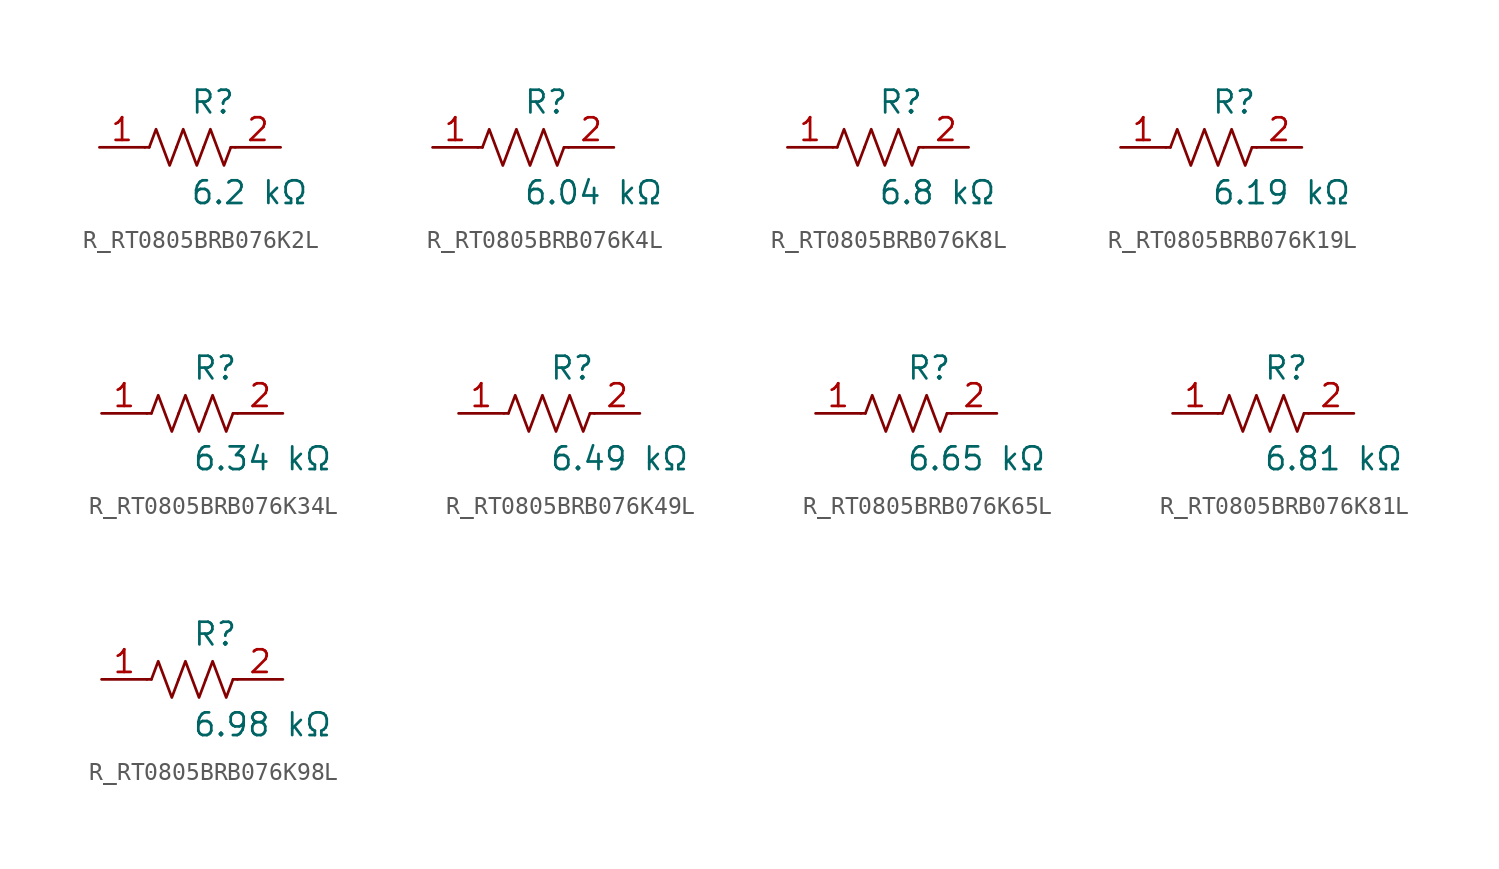
<source format=kicad_sym>
(kicad_symbol_lib
  (version 20231120)
  (generator kicad_symbol_editor)
  (generator_version 8.0)
  (symbol "R_RT0805BRB076K2L"
    (pin_names
      (offset 0.254))
    (property "Reference" "R"
      (at 0.0 2.54 0)
      (effects (font (size 1.27 1.27)) (justify left)))
    (property "Value" "6.2 kΩ"
      (at 0.0 -2.54 0)
      (effects (font (size 1.27 1.27)) (justify left)))
    (symbol "R_RT0805BRB076K2L_0_1"
      (polyline (pts (xy 2.286 0) (xy 2.54 0)) (stroke (width 0) (type default)) (fill (type none)))
      (polyline (pts (xy -2.286 0) (xy -2.54 0)) (stroke (width 0) (type default)) (fill (type none)))
      (polyline (pts (xy 0.762 0) (xy 1.143 1.016) (xy 1.524 0) (xy 1.905 -1.016) (xy 2.286 0)) (stroke (width 0) (type default)) (fill (type none)))
      (polyline (pts (xy -0.762 0) (xy -0.381 1.016) (xy 0 0) (xy 0.381 -1.016) (xy 0.762 0)) (stroke (width 0) (type default)) (fill (type none)))
      (polyline (pts (xy -2.286 0) (xy -1.905 1.016) (xy -1.524 0) (xy -1.143 -1.016) (xy -0.762 0)) (stroke (width 0) (type default)) (fill (type none))))
    (pin unspecified line
      (at -5.08 0 0)
      (length 2.54)
      (name "" (effects (font (size 1.27 1.27))))
      (number "1" (effects (font (size 1.27 1.27)))))
    (pin unspecified line
      (at 5.08 0 180)
      (length 2.54)
      (name "" (effects (font (size 1.27 1.27))))
      (number "2" (effects (font (size 1.27 1.27))))))
  (symbol "R_RT0805BRB076K4L"
    (pin_names
      (offset 0.254))
    (property "Reference" "R"
      (at 0.0 2.54 0)
      (effects (font (size 1.27 1.27)) (justify left)))
    (property "Value" "6.04 kΩ"
      (at 0.0 -2.54 0)
      (effects (font (size 1.27 1.27)) (justify left)))
    (symbol "R_RT0805BRB076K4L_0_1"
      (polyline (pts (xy 2.286 0) (xy 2.54 0)) (stroke (width 0) (type default)) (fill (type none)))
      (polyline (pts (xy -2.286 0) (xy -2.54 0)) (stroke (width 0) (type default)) (fill (type none)))
      (polyline (pts (xy 0.762 0) (xy 1.143 1.016) (xy 1.524 0) (xy 1.905 -1.016) (xy 2.286 0)) (stroke (width 0) (type default)) (fill (type none)))
      (polyline (pts (xy -0.762 0) (xy -0.381 1.016) (xy 0 0) (xy 0.381 -1.016) (xy 0.762 0)) (stroke (width 0) (type default)) (fill (type none)))
      (polyline (pts (xy -2.286 0) (xy -1.905 1.016) (xy -1.524 0) (xy -1.143 -1.016) (xy -0.762 0)) (stroke (width 0) (type default)) (fill (type none))))
    (pin unspecified line
      (at -5.08 0 0)
      (length 2.54)
      (name "" (effects (font (size 1.27 1.27))))
      (number "1" (effects (font (size 1.27 1.27)))))
    (pin unspecified line
      (at 5.08 0 180)
      (length 2.54)
      (name "" (effects (font (size 1.27 1.27))))
      (number "2" (effects (font (size 1.27 1.27))))))
  (symbol "R_RT0805BRB076K8L"
    (pin_names
      (offset 0.254))
    (property "Reference" "R"
      (at 0.0 2.54 0)
      (effects (font (size 1.27 1.27)) (justify left)))
    (property "Value" "6.8 kΩ"
      (at 0.0 -2.54 0)
      (effects (font (size 1.27 1.27)) (justify left)))
    (symbol "R_RT0805BRB076K8L_0_1"
      (polyline (pts (xy 2.286 0) (xy 2.54 0)) (stroke (width 0) (type default)) (fill (type none)))
      (polyline (pts (xy -2.286 0) (xy -2.54 0)) (stroke (width 0) (type default)) (fill (type none)))
      (polyline (pts (xy 0.762 0) (xy 1.143 1.016) (xy 1.524 0) (xy 1.905 -1.016) (xy 2.286 0)) (stroke (width 0) (type default)) (fill (type none)))
      (polyline (pts (xy -0.762 0) (xy -0.381 1.016) (xy 0 0) (xy 0.381 -1.016) (xy 0.762 0)) (stroke (width 0) (type default)) (fill (type none)))
      (polyline (pts (xy -2.286 0) (xy -1.905 1.016) (xy -1.524 0) (xy -1.143 -1.016) (xy -0.762 0)) (stroke (width 0) (type default)) (fill (type none))))
    (pin unspecified line
      (at -5.08 0 0)
      (length 2.54)
      (name "" (effects (font (size 1.27 1.27))))
      (number "1" (effects (font (size 1.27 1.27)))))
    (pin unspecified line
      (at 5.08 0 180)
      (length 2.54)
      (name "" (effects (font (size 1.27 1.27))))
      (number "2" (effects (font (size 1.27 1.27))))))
  (symbol "R_RT0805BRB076K19L"
    (pin_names
      (offset 0.254))
    (property "Reference" "R"
      (at 0.0 2.54 0)
      (effects (font (size 1.27 1.27)) (justify left)))
    (property "Value" "6.19 kΩ"
      (at 0.0 -2.54 0)
      (effects (font (size 1.27 1.27)) (justify left)))
    (symbol "R_RT0805BRB076K19L_0_1"
      (polyline (pts (xy 2.286 0) (xy 2.54 0)) (stroke (width 0) (type default)) (fill (type none)))
      (polyline (pts (xy -2.286 0) (xy -2.54 0)) (stroke (width 0) (type default)) (fill (type none)))
      (polyline (pts (xy 0.762 0) (xy 1.143 1.016) (xy 1.524 0) (xy 1.905 -1.016) (xy 2.286 0)) (stroke (width 0) (type default)) (fill (type none)))
      (polyline (pts (xy -0.762 0) (xy -0.381 1.016) (xy 0 0) (xy 0.381 -1.016) (xy 0.762 0)) (stroke (width 0) (type default)) (fill (type none)))
      (polyline (pts (xy -2.286 0) (xy -1.905 1.016) (xy -1.524 0) (xy -1.143 -1.016) (xy -0.762 0)) (stroke (width 0) (type default)) (fill (type none))))
    (pin unspecified line
      (at -5.08 0 0)
      (length 2.54)
      (name "" (effects (font (size 1.27 1.27))))
      (number "1" (effects (font (size 1.27 1.27)))))
    (pin unspecified line
      (at 5.08 0 180)
      (length 2.54)
      (name "" (effects (font (size 1.27 1.27))))
      (number "2" (effects (font (size 1.27 1.27))))))
  (symbol "R_RT0805BRB076K34L"
    (pin_names
      (offset 0.254))
    (property "Reference" "R"
      (at 0.0 2.54 0)
      (effects (font (size 1.27 1.27)) (justify left)))
    (property "Value" "6.34 kΩ"
      (at 0.0 -2.54 0)
      (effects (font (size 1.27 1.27)) (justify left)))
    (symbol "R_RT0805BRB076K34L_0_1"
      (polyline (pts (xy 2.286 0) (xy 2.54 0)) (stroke (width 0) (type default)) (fill (type none)))
      (polyline (pts (xy -2.286 0) (xy -2.54 0)) (stroke (width 0) (type default)) (fill (type none)))
      (polyline (pts (xy 0.762 0) (xy 1.143 1.016) (xy 1.524 0) (xy 1.905 -1.016) (xy 2.286 0)) (stroke (width 0) (type default)) (fill (type none)))
      (polyline (pts (xy -0.762 0) (xy -0.381 1.016) (xy 0 0) (xy 0.381 -1.016) (xy 0.762 0)) (stroke (width 0) (type default)) (fill (type none)))
      (polyline (pts (xy -2.286 0) (xy -1.905 1.016) (xy -1.524 0) (xy -1.143 -1.016) (xy -0.762 0)) (stroke (width 0) (type default)) (fill (type none))))
    (pin unspecified line
      (at -5.08 0 0)
      (length 2.54)
      (name "" (effects (font (size 1.27 1.27))))
      (number "1" (effects (font (size 1.27 1.27)))))
    (pin unspecified line
      (at 5.08 0 180)
      (length 2.54)
      (name "" (effects (font (size 1.27 1.27))))
      (number "2" (effects (font (size 1.27 1.27))))))
  (symbol "R_RT0805BRB076K49L"
    (pin_names
      (offset 0.254))
    (property "Reference" "R"
      (at 0.0 2.54 0)
      (effects (font (size 1.27 1.27)) (justify left)))
    (property "Value" "6.49 kΩ"
      (at 0.0 -2.54 0)
      (effects (font (size 1.27 1.27)) (justify left)))
    (symbol "R_RT0805BRB076K49L_0_1"
      (polyline (pts (xy 2.286 0) (xy 2.54 0)) (stroke (width 0) (type default)) (fill (type none)))
      (polyline (pts (xy -2.286 0) (xy -2.54 0)) (stroke (width 0) (type default)) (fill (type none)))
      (polyline (pts (xy 0.762 0) (xy 1.143 1.016) (xy 1.524 0) (xy 1.905 -1.016) (xy 2.286 0)) (stroke (width 0) (type default)) (fill (type none)))
      (polyline (pts (xy -0.762 0) (xy -0.381 1.016) (xy 0 0) (xy 0.381 -1.016) (xy 0.762 0)) (stroke (width 0) (type default)) (fill (type none)))
      (polyline (pts (xy -2.286 0) (xy -1.905 1.016) (xy -1.524 0) (xy -1.143 -1.016) (xy -0.762 0)) (stroke (width 0) (type default)) (fill (type none))))
    (pin unspecified line
      (at -5.08 0 0)
      (length 2.54)
      (name "" (effects (font (size 1.27 1.27))))
      (number "1" (effects (font (size 1.27 1.27)))))
    (pin unspecified line
      (at 5.08 0 180)
      (length 2.54)
      (name "" (effects (font (size 1.27 1.27))))
      (number "2" (effects (font (size 1.27 1.27))))))
  (symbol "R_RT0805BRB076K65L"
    (pin_names
      (offset 0.254))
    (property "Reference" "R"
      (at 0.0 2.54 0)
      (effects (font (size 1.27 1.27)) (justify left)))
    (property "Value" "6.65 kΩ"
      (at 0.0 -2.54 0)
      (effects (font (size 1.27 1.27)) (justify left)))
    (symbol "R_RT0805BRB076K65L_0_1"
      (polyline (pts (xy 2.286 0) (xy 2.54 0)) (stroke (width 0) (type default)) (fill (type none)))
      (polyline (pts (xy -2.286 0) (xy -2.54 0)) (stroke (width 0) (type default)) (fill (type none)))
      (polyline (pts (xy 0.762 0) (xy 1.143 1.016) (xy 1.524 0) (xy 1.905 -1.016) (xy 2.286 0)) (stroke (width 0) (type default)) (fill (type none)))
      (polyline (pts (xy -0.762 0) (xy -0.381 1.016) (xy 0 0) (xy 0.381 -1.016) (xy 0.762 0)) (stroke (width 0) (type default)) (fill (type none)))
      (polyline (pts (xy -2.286 0) (xy -1.905 1.016) (xy -1.524 0) (xy -1.143 -1.016) (xy -0.762 0)) (stroke (width 0) (type default)) (fill (type none))))
    (pin unspecified line
      (at -5.08 0 0)
      (length 2.54)
      (name "" (effects (font (size 1.27 1.27))))
      (number "1" (effects (font (size 1.27 1.27)))))
    (pin unspecified line
      (at 5.08 0 180)
      (length 2.54)
      (name "" (effects (font (size 1.27 1.27))))
      (number "2" (effects (font (size 1.27 1.27))))))
  (symbol "R_RT0805BRB076K81L"
    (pin_names
      (offset 0.254))
    (property "Reference" "R"
      (at 0.0 2.54 0)
      (effects (font (size 1.27 1.27)) (justify left)))
    (property "Value" "6.81 kΩ"
      (at 0.0 -2.54 0)
      (effects (font (size 1.27 1.27)) (justify left)))
    (symbol "R_RT0805BRB076K81L_0_1"
      (polyline (pts (xy 2.286 0) (xy 2.54 0)) (stroke (width 0) (type default)) (fill (type none)))
      (polyline (pts (xy -2.286 0) (xy -2.54 0)) (stroke (width 0) (type default)) (fill (type none)))
      (polyline (pts (xy 0.762 0) (xy 1.143 1.016) (xy 1.524 0) (xy 1.905 -1.016) (xy 2.286 0)) (stroke (width 0) (type default)) (fill (type none)))
      (polyline (pts (xy -0.762 0) (xy -0.381 1.016) (xy 0 0) (xy 0.381 -1.016) (xy 0.762 0)) (stroke (width 0) (type default)) (fill (type none)))
      (polyline (pts (xy -2.286 0) (xy -1.905 1.016) (xy -1.524 0) (xy -1.143 -1.016) (xy -0.762 0)) (stroke (width 0) (type default)) (fill (type none))))
    (pin unspecified line
      (at -5.08 0 0)
      (length 2.54)
      (name "" (effects (font (size 1.27 1.27))))
      (number "1" (effects (font (size 1.27 1.27)))))
    (pin unspecified line
      (at 5.08 0 180)
      (length 2.54)
      (name "" (effects (font (size 1.27 1.27))))
      (number "2" (effects (font (size 1.27 1.27))))))
  (symbol "R_RT0805BRB076K98L"
    (pin_names
      (offset 0.254))
    (property "Reference" "R"
      (at 0.0 2.54 0)
      (effects (font (size 1.27 1.27)) (justify left)))
    (property "Value" "6.98 kΩ"
      (at 0.0 -2.54 0)
      (effects (font (size 1.27 1.27)) (justify left)))
    (symbol "R_RT0805BRB076K98L_0_1"
      (polyline (pts (xy 2.286 0) (xy 2.54 0)) (stroke (width 0) (type default)) (fill (type none)))
      (polyline (pts (xy -2.286 0) (xy -2.54 0)) (stroke (width 0) (type default)) (fill (type none)))
      (polyline (pts (xy 0.762 0) (xy 1.143 1.016) (xy 1.524 0) (xy 1.905 -1.016) (xy 2.286 0)) (stroke (width 0) (type default)) (fill (type none)))
      (polyline (pts (xy -0.762 0) (xy -0.381 1.016) (xy 0 0) (xy 0.381 -1.016) (xy 0.762 0)) (stroke (width 0) (type default)) (fill (type none)))
      (polyline (pts (xy -2.286 0) (xy -1.905 1.016) (xy -1.524 0) (xy -1.143 -1.016) (xy -0.762 0)) (stroke (width 0) (type default)) (fill (type none))))
    (pin unspecified line
      (at -5.08 0 0)
      (length 2.54)
      (name "" (effects (font (size 1.27 1.27))))
      (number "1" (effects (font (size 1.27 1.27)))))
    (pin unspecified line
      (at 5.08 0 180)
      (length 2.54)
      (name "" (effects (font (size 1.27 1.27))))
      (number "2" (effects (font (size 1.27 1.27)))))))
</source>
